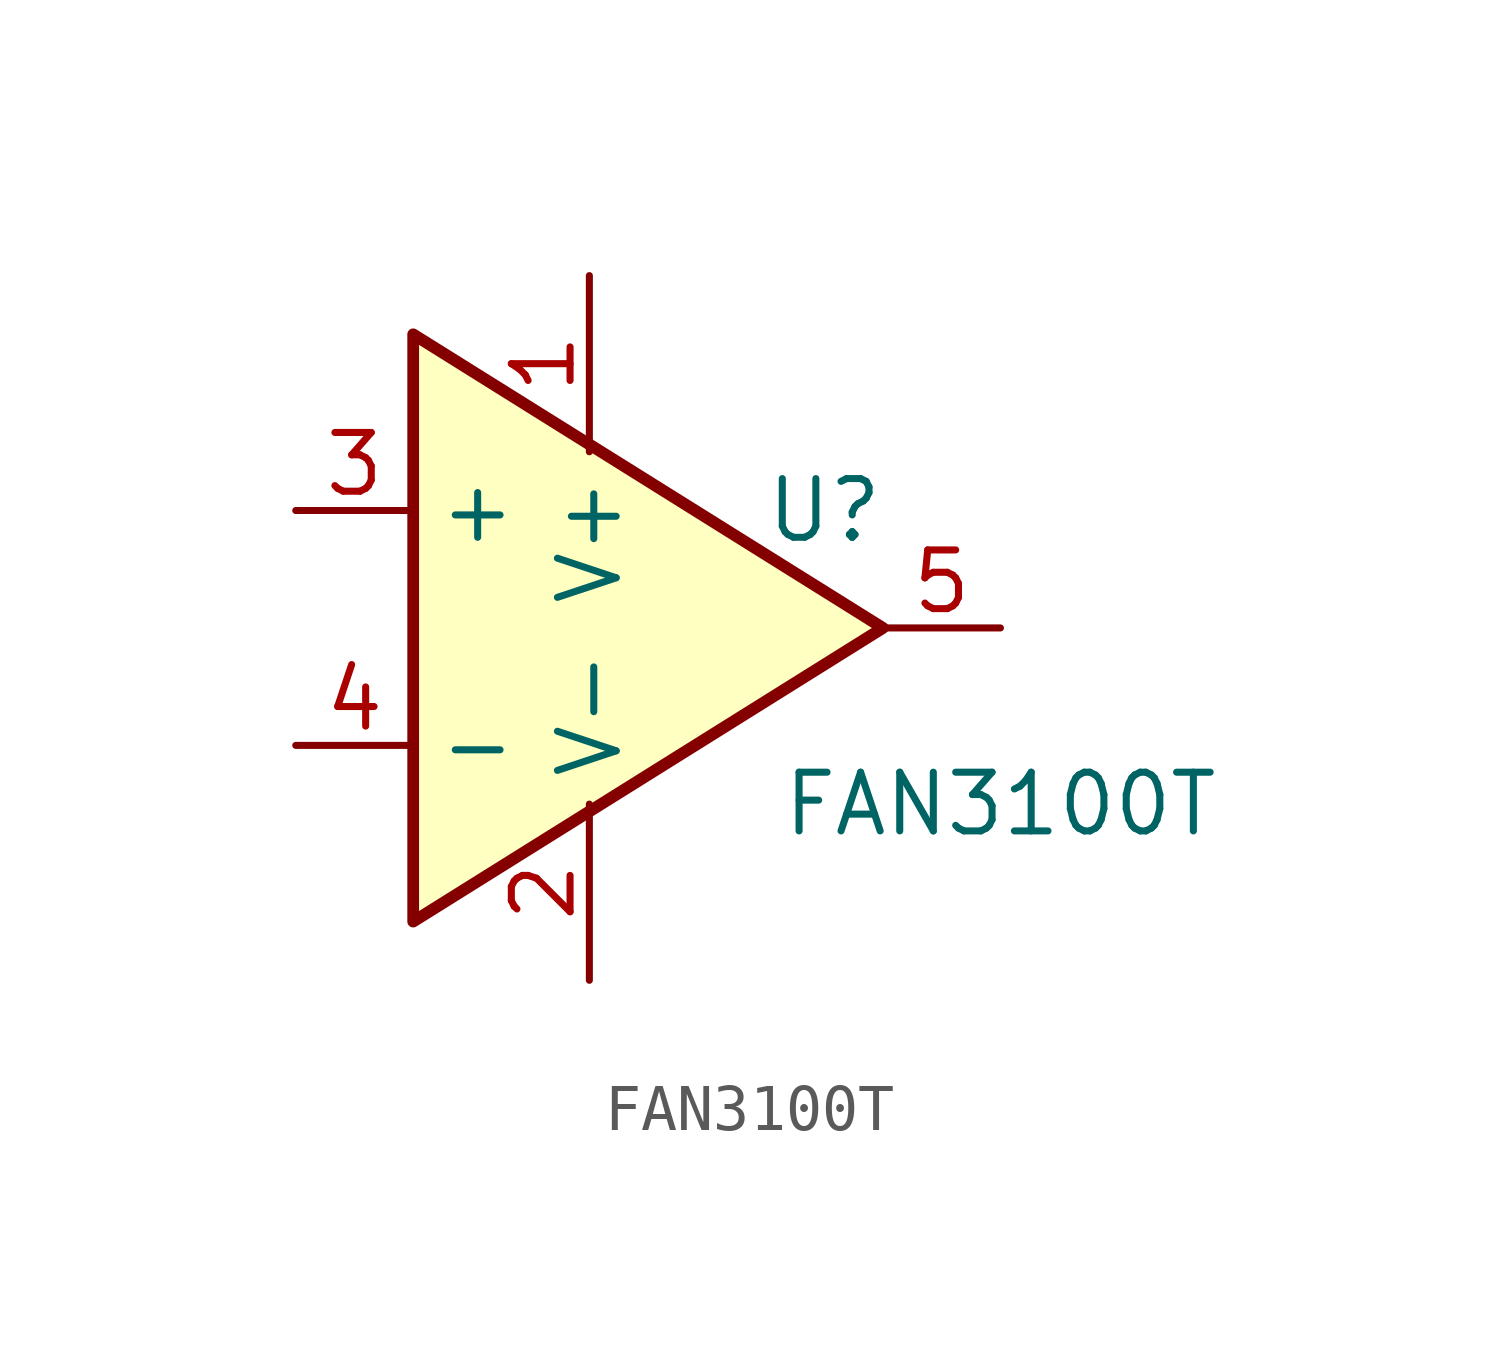
<source format=kicad_sym>
(kicad_symbol_lib
  (version 20211014)
  (generator kicad_symbol_editor)
  (symbol "FAN3100T"
    (property "Reference" "U"
      (at 5.08 2.54 0)
      (effects (font (size 1.27 1.27))))
    (property "Value" "FAN3100T"
      (at 8.89 -3.81 0)
      (effects (font (size 1.27 1.27))))
    (symbol "FAN3100T_0_1"
      (polyline (pts (xy -3.81 6.35) (xy 6.35 0) (xy -3.81 -6.35) (xy -3.81 6.35)) (stroke (width 0.254) (type default) (color 0 0 0 0)) (fill (type background)))
      (pin power_in line (at 0 7.62 270) (length 3.81) (name "V+" (effects (font (size 1.27 1.27)))) (number "1" (effects (font (size 1.27 1.27)))))
      (pin power_in line (at 0 -7.62 90) (length 3.81) (name "V-" (effects (font (size 1.27 1.27)))) (number "2" (effects (font (size 1.27 1.27))))))
    (symbol "FAN3100T_1_1"
      (pin input line (at -6.35 2.54 0) (length 2.54) (name "+" (effects (font (size 1.27 1.27)))) (number "3" (effects (font (size 1.27 1.27)))))
      (pin input line (at -6.35 -2.54 0) (length 2.54) (name "-" (effects (font (size 1.27 1.27)))) (number "4" (effects (font (size 1.27 1.27)))))
      (pin output line (at 8.89 0 180) (length 2.54) (name "~" (effects (font (size 1.27 1.27)))) (number "5" (effects (font (size 1.27 1.27))))))))
</source>
